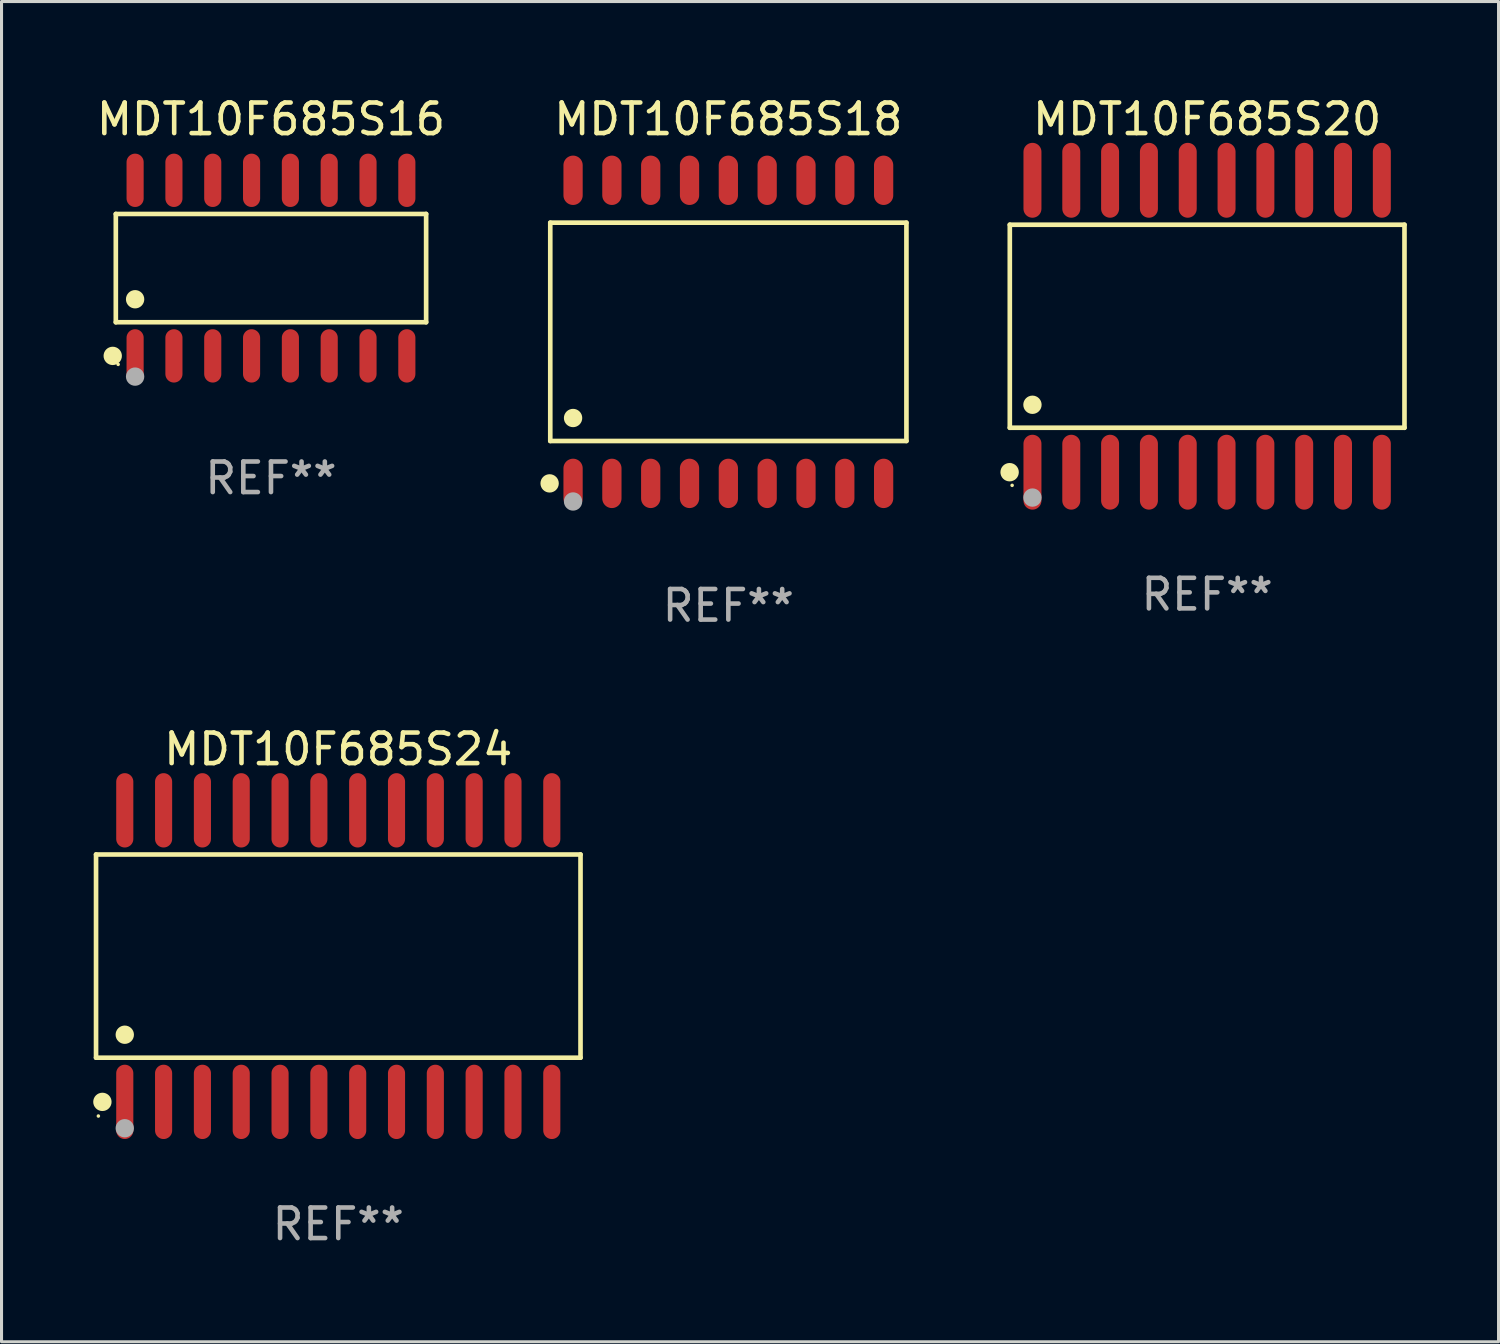
<source format=kicad_pcb>
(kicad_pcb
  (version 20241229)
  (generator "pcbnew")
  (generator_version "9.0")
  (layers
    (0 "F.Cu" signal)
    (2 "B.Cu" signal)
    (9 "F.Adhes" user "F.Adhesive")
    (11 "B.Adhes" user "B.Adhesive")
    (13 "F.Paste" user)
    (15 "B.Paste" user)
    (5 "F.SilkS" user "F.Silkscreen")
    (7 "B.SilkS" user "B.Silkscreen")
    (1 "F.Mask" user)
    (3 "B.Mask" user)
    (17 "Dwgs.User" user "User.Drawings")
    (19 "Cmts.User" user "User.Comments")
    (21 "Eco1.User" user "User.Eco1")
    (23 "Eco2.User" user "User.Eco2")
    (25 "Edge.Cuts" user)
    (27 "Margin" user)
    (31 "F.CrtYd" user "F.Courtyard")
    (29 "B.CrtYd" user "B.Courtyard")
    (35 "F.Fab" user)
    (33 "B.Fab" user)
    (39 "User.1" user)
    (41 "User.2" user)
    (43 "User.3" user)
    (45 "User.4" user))
  (footprint "MDT10F685S18"
    (layer "F.Cu")
    (at 20.778 7.806)
    (property "Reference" "MDT10F685S18" (at 0 -6.958 0) (layer "F.SilkS") (effects (font (size 1 1) (thickness 0.15))))
    (attr through_hole)
    (fp_line (start -5.826 -3.571) (end 5.826 -3.571) (stroke (width 0.152) (type solid)) (layer "F.SilkS"))
    (fp_line (start -5.826 3.571) (end -5.826 -3.571) (stroke (width 0.152) (type solid)) (layer "F.SilkS"))
    (fp_line (start 5.826 -3.571) (end 5.826 3.571) (stroke (width 0.152) (type solid)) (layer "F.SilkS"))
    (fp_line (start 5.826 3.571) (end -5.826 3.571) (stroke (width 0.152) (type solid)) (layer "F.SilkS"))
    (fp_circle (center -5.847 4.958) (end -5.697 4.958) (stroke (width 0.3) (type solid)) (fill no) (layer "F.SilkS"))
    (fp_circle (center -5.75 5.15) (end -5.72 5.15) (stroke (width 0.06) (type solid)) (fill no) (layer "F.SilkS"))
    (fp_circle (center -5.08 2.819) (end -4.93 2.819) (stroke (width 0.3) (type solid)) (fill no) (layer "F.SilkS"))
    (fp_circle (center -5.08 5.55) (end -4.93 5.55) (stroke (width 0.3) (type solid)) (fill no) (layer "F.Fab"))
    (fp_text user "REF**" (at 0 8.958 0) (layer "F.Fab") (effects (font (size 1 1) (thickness 0.15))))
    (pad "1" smd oval (at -5.08 4.958) (size 0.63 1.615) (layers "F.Cu" "F.Mask" "F.Paste"))
    (pad "2" smd oval (at -3.81 4.958) (size 0.63 1.615) (layers "F.Cu" "F.Mask" "F.Paste"))
    (pad "3" smd oval (at -2.54 4.958) (size 0.63 1.615) (layers "F.Cu" "F.Mask" "F.Paste"))
    (pad "4" smd oval (at -1.27 4.958) (size 0.63 1.615) (layers "F.Cu" "F.Mask" "F.Paste"))
    (pad "5" smd oval (at 0 4.958) (size 0.63 1.615) (layers "F.Cu" "F.Mask" "F.Paste"))
    (pad "6" smd oval (at 1.27 4.958) (size 0.63 1.615) (layers "F.Cu" "F.Mask" "F.Paste"))
    (pad "7" smd oval (at 2.54 4.958) (size 0.63 1.615) (layers "F.Cu" "F.Mask" "F.Paste"))
    (pad "8" smd oval (at 3.81 4.958) (size 0.63 1.615) (layers "F.Cu" "F.Mask" "F.Paste"))
    (pad "9" smd oval (at 5.08 4.958) (size 0.63 1.615) (layers "F.Cu" "F.Mask" "F.Paste"))
    (pad "10" smd oval (at 5.08 -4.958) (size 0.63 1.615) (layers "F.Cu" "F.Mask" "F.Paste"))
    (pad "11" smd oval (at 3.81 -4.958) (size 0.63 1.615) (layers "F.Cu" "F.Mask" "F.Paste"))
    (pad "12" smd oval (at 2.54 -4.958) (size 0.63 1.615) (layers "F.Cu" "F.Mask" "F.Paste"))
    (pad "13" smd oval (at 1.27 -4.958) (size 0.63 1.615) (layers "F.Cu" "F.Mask" "F.Paste"))
    (pad "14" smd oval (at 0 -4.958) (size 0.63 1.615) (layers "F.Cu" "F.Mask" "F.Paste"))
    (pad "15" smd oval (at -1.27 -4.958) (size 0.63 1.615) (layers "F.Cu" "F.Mask" "F.Paste"))
    (pad "16" smd oval (at -2.54 -4.958) (size 0.63 1.615) (layers "F.Cu" "F.Mask" "F.Paste"))
    (pad "17" smd oval (at -3.81 -4.958) (size 0.63 1.615) (layers "F.Cu" "F.Mask" "F.Paste"))
    (pad "18" smd oval (at -5.08 -4.958) (size 0.63 1.615) (layers "F.Cu" "F.Mask" "F.Paste")))
  (footprint "MDT10F685S20"
    (layer "F.Cu")
    (at 36.442 7.623)
    (property "Reference" "MDT10F685S20" (at 0 -6.775 0) (layer "F.SilkS") (effects (font (size 1 1) (thickness 0.15))))
    (attr through_hole)
    (fp_line (start -6.456 -3.321) (end 6.456 -3.321) (stroke (width 0.152) (type solid)) (layer "F.SilkS"))
    (fp_line (start -6.456 3.321) (end -6.456 -3.321) (stroke (width 0.152) (type solid)) (layer "F.SilkS"))
    (fp_line (start 6.456 -3.321) (end 6.456 3.321) (stroke (width 0.152) (type solid)) (layer "F.SilkS"))
    (fp_line (start 6.456 3.321) (end -6.456 3.321) (stroke (width 0.152) (type solid)) (layer "F.SilkS"))
    (fp_circle (center -6.462 4.775) (end -6.311 4.775) (stroke (width 0.3) (type solid)) (fill no) (layer "F.SilkS"))
    (fp_circle (center -6.38 5.205) (end -6.35 5.205) (stroke (width 0.06) (type solid)) (fill no) (layer "F.SilkS"))
    (fp_circle (center -5.715 2.569) (end -5.565 2.569) (stroke (width 0.3) (type solid)) (fill no) (layer "F.SilkS"))
    (fp_circle (center -5.715 5.605) (end -5.565 5.605) (stroke (width 0.3) (type solid)) (fill no) (layer "F.Fab"))
    (fp_text user "REF**" (at 0 8.775 0) (layer "F.Fab") (effects (font (size 1 1) (thickness 0.15))))
    (pad "1" smd oval (at -5.715 4.775) (size 0.588 2.45) (layers "F.Cu" "F.Mask" "F.Paste"))
    (pad "2" smd oval (at -4.445 4.775) (size 0.588 2.45) (layers "F.Cu" "F.Mask" "F.Paste"))
    (pad "3" smd oval (at -3.175 4.775) (size 0.588 2.45) (layers "F.Cu" "F.Mask" "F.Paste"))
    (pad "4" smd oval (at -1.905 4.775) (size 0.588 2.45) (layers "F.Cu" "F.Mask" "F.Paste"))
    (pad "5" smd oval (at -0.635 4.775) (size 0.588 2.45) (layers "F.Cu" "F.Mask" "F.Paste"))
    (pad "6" smd oval (at 0.635 4.775) (size 0.588 2.45) (layers "F.Cu" "F.Mask" "F.Paste"))
    (pad "7" smd oval (at 1.905 4.775) (size 0.588 2.45) (layers "F.Cu" "F.Mask" "F.Paste"))
    (pad "8" smd oval (at 3.175 4.775) (size 0.588 2.45) (layers "F.Cu" "F.Mask" "F.Paste"))
    (pad "9" smd oval (at 4.445 4.775) (size 0.588 2.45) (layers "F.Cu" "F.Mask" "F.Paste"))
    (pad "10" smd oval (at 5.715 4.775) (size 0.588 2.45) (layers "F.Cu" "F.Mask" "F.Paste"))
    (pad "11" smd oval (at 5.715 -4.775) (size 0.588 2.45) (layers "F.Cu" "F.Mask" "F.Paste"))
    (pad "12" smd oval (at 4.445 -4.775) (size 0.588 2.45) (layers "F.Cu" "F.Mask" "F.Paste"))
    (pad "13" smd oval (at 3.175 -4.775) (size 0.588 2.45) (layers "F.Cu" "F.Mask" "F.Paste"))
    (pad "14" smd oval (at 1.905 -4.775) (size 0.588 2.45) (layers "F.Cu" "F.Mask" "F.Paste"))
    (pad "15" smd oval (at 0.635 -4.775) (size 0.588 2.45) (layers "F.Cu" "F.Mask" "F.Paste"))
    (pad "16" smd oval (at -0.635 -4.775) (size 0.588 2.45) (layers "F.Cu" "F.Mask" "F.Paste"))
    (pad "17" smd oval (at -1.905 -4.775) (size 0.588 2.45) (layers "F.Cu" "F.Mask" "F.Paste"))
    (pad "18" smd oval (at -3.175 -4.775) (size 0.588 2.45) (layers "F.Cu" "F.Mask" "F.Paste"))
    (pad "19" smd oval (at -4.445 -4.775) (size 0.588 2.45) (layers "F.Cu" "F.Mask" "F.Paste"))
    (pad "20" smd oval (at -5.715 -4.775) (size 0.588 2.45) (layers "F.Cu" "F.Mask" "F.Paste")))
  (footprint "MDT10F685S16"
    (layer "F.Cu")
    (at 5.815 5.721)
    (property "Reference" "MDT10F685S16" (at 0 -4.872 0) (layer "F.SilkS") (effects (font (size 1 1) (thickness 0.15))))
    (attr through_hole)
    (fp_line (start -5.076 -1.771) (end 5.076 -1.771) (stroke (width 0.152) (type solid)) (layer "F.SilkS"))
    (fp_line (start -5.076 1.771) (end -5.076 -1.771) (stroke (width 0.152) (type solid)) (layer "F.SilkS"))
    (fp_line (start 5.076 -1.771) (end 5.076 1.771) (stroke (width 0.152) (type solid)) (layer "F.SilkS"))
    (fp_line (start 5.076 1.771) (end -5.076 1.771) (stroke (width 0.152) (type solid)) (layer "F.SilkS"))
    (fp_circle (center -5.177 2.872) (end -5.027 2.872) (stroke (width 0.3) (type solid)) (fill no) (layer "F.SilkS"))
    (fp_circle (center -5 3.15) (end -4.97 3.15) (stroke (width 0.06) (type solid)) (fill no) (layer "F.SilkS"))
    (fp_circle (center -4.445 1.019) (end -4.295 1.019) (stroke (width 0.3) (type solid)) (fill no) (layer "F.SilkS"))
    (fp_circle (center -4.445 3.55) (end -4.295 3.55) (stroke (width 0.3) (type solid)) (fill no) (layer "F.Fab"))
    (fp_text user "REF**" (at 0 6.872 0) (layer "F.Fab") (effects (font (size 1 1) (thickness 0.15))))
    (pad "1" smd oval (at -4.445 2.872) (size 0.56 1.745) (layers "F.Cu" "F.Mask" "F.Paste"))
    (pad "2" smd oval (at -3.175 2.872) (size 0.56 1.745) (layers "F.Cu" "F.Mask" "F.Paste"))
    (pad "3" smd oval (at -1.905 2.872) (size 0.56 1.745) (layers "F.Cu" "F.Mask" "F.Paste"))
    (pad "4" smd oval (at -0.635 2.872) (size 0.56 1.745) (layers "F.Cu" "F.Mask" "F.Paste"))
    (pad "5" smd oval (at 0.635 2.872) (size 0.56 1.745) (layers "F.Cu" "F.Mask" "F.Paste"))
    (pad "6" smd oval (at 1.905 2.872) (size 0.56 1.745) (layers "F.Cu" "F.Mask" "F.Paste"))
    (pad "7" smd oval (at 3.175 2.872) (size 0.56 1.745) (layers "F.Cu" "F.Mask" "F.Paste"))
    (pad "8" smd oval (at 4.445 2.872) (size 0.56 1.745) (layers "F.Cu" "F.Mask" "F.Paste"))
    (pad "9" smd oval (at 4.445 -2.872) (size 0.56 1.745) (layers "F.Cu" "F.Mask" "F.Paste"))
    (pad "10" smd oval (at 3.175 -2.872) (size 0.56 1.745) (layers "F.Cu" "F.Mask" "F.Paste"))
    (pad "11" smd oval (at 1.905 -2.872) (size 0.56 1.745) (layers "F.Cu" "F.Mask" "F.Paste"))
    (pad "12" smd oval (at 0.635 -2.872) (size 0.56 1.745) (layers "F.Cu" "F.Mask" "F.Paste"))
    (pad "13" smd oval (at -0.635 -2.872) (size 0.56 1.745) (layers "F.Cu" "F.Mask" "F.Paste"))
    (pad "14" smd oval (at -1.905 -2.872) (size 0.56 1.745) (layers "F.Cu" "F.Mask" "F.Paste"))
    (pad "15" smd oval (at -3.175 -2.872) (size 0.56 1.745) (layers "F.Cu" "F.Mask" "F.Paste"))
    (pad "16" smd oval (at -4.445 -2.872) (size 0.56 1.745) (layers "F.Cu" "F.Mask" "F.Paste")))
  (footprint "MDT10F685S24"
    (layer "F.Cu")
    (at 8.017 28.229)
    (property "Reference" "MDT10F685S24" (at 0 -6.769 0) (layer "F.SilkS") (effects (font (size 1 1) (thickness 0.15))))
    (attr through_hole)
    (fp_line (start -7.925 -3.324) (end 7.925 -3.324) (stroke (width 0.152) (type solid)) (layer "F.SilkS"))
    (fp_line (start -7.925 3.324) (end -7.925 -3.324) (stroke (width 0.152) (type solid)) (layer "F.SilkS"))
    (fp_line (start 7.925 -3.324) (end 7.925 3.324) (stroke (width 0.152) (type solid)) (layer "F.SilkS"))
    (fp_line (start 7.925 3.324) (end -7.925 3.324) (stroke (width 0.152) (type solid)) (layer "F.SilkS"))
    (fp_circle (center -7.849 5.232) (end -7.819 5.232) (stroke (width 0.06) (type solid)) (fill no) (layer "F.SilkS"))
    (fp_circle (center -7.717 4.769) (end -7.567 4.769) (stroke (width 0.3) (type solid)) (fill no) (layer "F.SilkS"))
    (fp_circle (center -6.985 2.572) (end -6.835 2.572) (stroke (width 0.3) (type solid)) (fill no) (layer "F.SilkS"))
    (fp_circle (center -6.985 5.632) (end -6.835 5.632) (stroke (width 0.3) (type solid)) (fill no) (layer "F.Fab"))
    (fp_text user "REF**" (at 0 8.769 0) (layer "F.Fab") (effects (font (size 1 1) (thickness 0.15))))
    (pad "1" smd oval (at -6.985 4.769) (size 0.56 2.432) (layers "F.Cu" "F.Mask" "F.Paste"))
    (pad "2" smd oval (at -5.715 4.769) (size 0.56 2.432) (layers "F.Cu" "F.Mask" "F.Paste"))
    (pad "3" smd oval (at -4.445 4.769) (size 0.56 2.432) (layers "F.Cu" "F.Mask" "F.Paste"))
    (pad "4" smd oval (at -3.175 4.769) (size 0.56 2.432) (layers "F.Cu" "F.Mask" "F.Paste"))
    (pad "5" smd oval (at -1.905 4.769) (size 0.56 2.432) (layers "F.Cu" "F.Mask" "F.Paste"))
    (pad "6" smd oval (at -0.635 4.769) (size 0.56 2.432) (layers "F.Cu" "F.Mask" "F.Paste"))
    (pad "7" smd oval (at 0.635 4.769) (size 0.56 2.432) (layers "F.Cu" "F.Mask" "F.Paste"))
    (pad "8" smd oval (at 1.905 4.769) (size 0.56 2.432) (layers "F.Cu" "F.Mask" "F.Paste"))
    (pad "9" smd oval (at 3.175 4.769) (size 0.56 2.432) (layers "F.Cu" "F.Mask" "F.Paste"))
    (pad "10" smd oval (at 4.445 4.769) (size 0.56 2.432) (layers "F.Cu" "F.Mask" "F.Paste"))
    (pad "11" smd oval (at 5.715 4.769) (size 0.56 2.432) (layers "F.Cu" "F.Mask" "F.Paste"))
    (pad "12" smd oval (at 6.985 4.769) (size 0.56 2.432) (layers "F.Cu" "F.Mask" "F.Paste"))
    (pad "13" smd oval (at 6.985 -4.769) (size 0.56 2.432) (layers "F.Cu" "F.Mask" "F.Paste"))
    (pad "14" smd oval (at 5.715 -4.769) (size 0.56 2.432) (layers "F.Cu" "F.Mask" "F.Paste"))
    (pad "15" smd oval (at 4.445 -4.769) (size 0.56 2.432) (layers "F.Cu" "F.Mask" "F.Paste"))
    (pad "16" smd oval (at 3.175 -4.769) (size 0.56 2.432) (layers "F.Cu" "F.Mask" "F.Paste"))
    (pad "17" smd oval (at 1.905 -4.769) (size 0.56 2.432) (layers "F.Cu" "F.Mask" "F.Paste"))
    (pad "18" smd oval (at 0.635 -4.769) (size 0.56 2.432) (layers "F.Cu" "F.Mask" "F.Paste"))
    (pad "19" smd oval (at -0.635 -4.769) (size 0.56 2.432) (layers "F.Cu" "F.Mask" "F.Paste"))
    (pad "20" smd oval (at -1.905 -4.769) (size 0.56 2.432) (layers "F.Cu" "F.Mask" "F.Paste"))
    (pad "21" smd oval (at -3.175 -4.769) (size 0.56 2.432) (layers "F.Cu" "F.Mask" "F.Paste"))
    (pad "22" smd oval (at -4.445 -4.769) (size 0.56 2.432) (layers "F.Cu" "F.Mask" "F.Paste"))
    (pad "23" smd oval (at -5.715 -4.769) (size 0.56 2.432) (layers "F.Cu" "F.Mask" "F.Paste"))
    (pad "24" smd oval (at -6.985 -4.769) (size 0.56 2.432) (layers "F.Cu" "F.Mask" "F.Paste")))
  (gr_rect
    (start -3 -3)
    (end 45.975 40.846)
    (stroke (width 0.1) (type default))
    (fill no)
    (layer "Edge.Cuts")))
</source>
